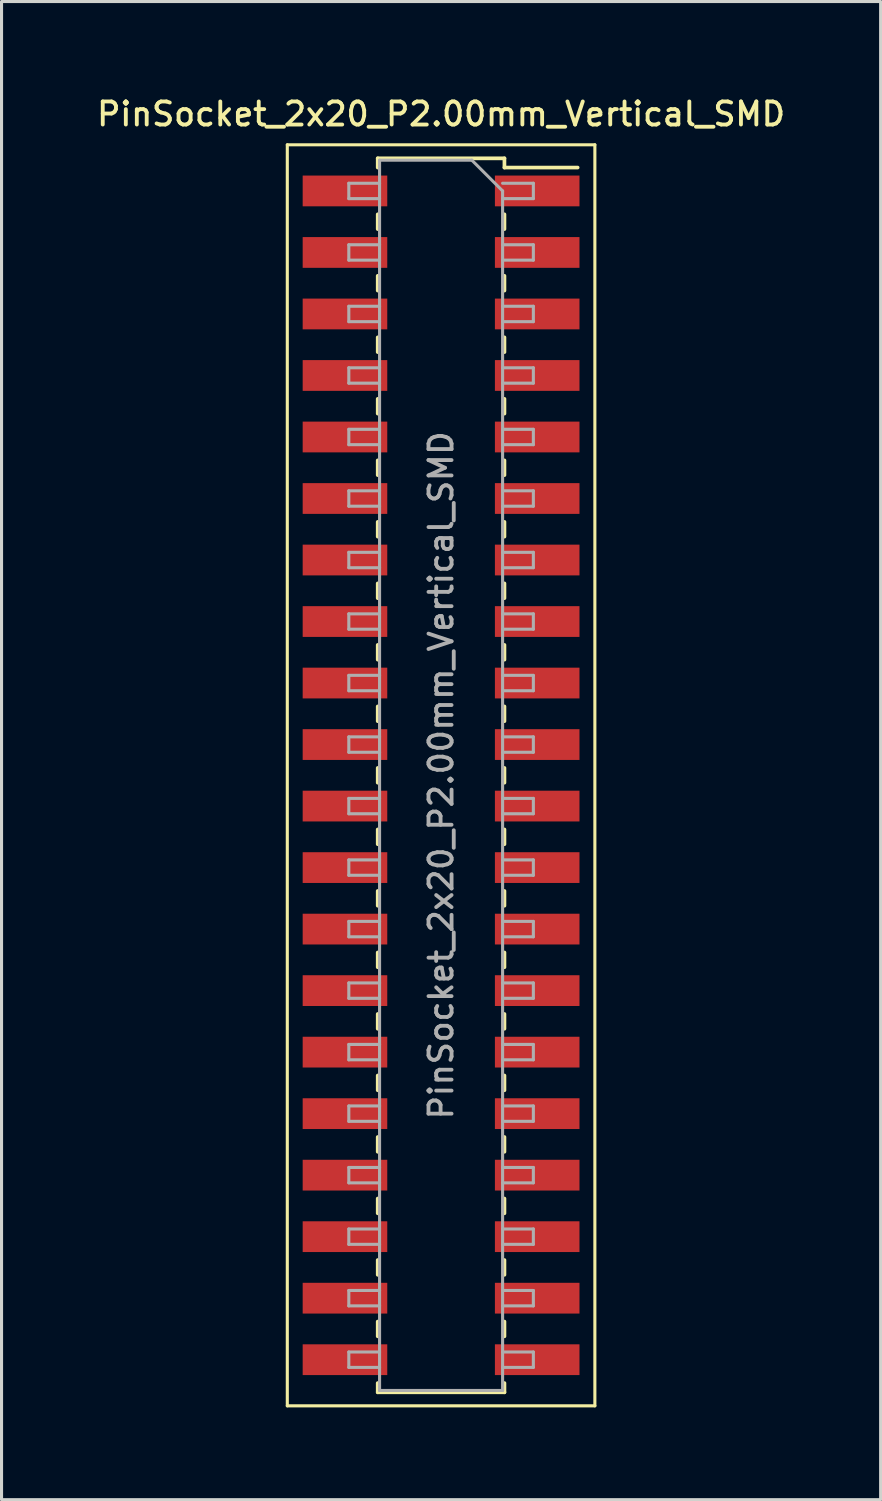
<source format=kicad_pcb>
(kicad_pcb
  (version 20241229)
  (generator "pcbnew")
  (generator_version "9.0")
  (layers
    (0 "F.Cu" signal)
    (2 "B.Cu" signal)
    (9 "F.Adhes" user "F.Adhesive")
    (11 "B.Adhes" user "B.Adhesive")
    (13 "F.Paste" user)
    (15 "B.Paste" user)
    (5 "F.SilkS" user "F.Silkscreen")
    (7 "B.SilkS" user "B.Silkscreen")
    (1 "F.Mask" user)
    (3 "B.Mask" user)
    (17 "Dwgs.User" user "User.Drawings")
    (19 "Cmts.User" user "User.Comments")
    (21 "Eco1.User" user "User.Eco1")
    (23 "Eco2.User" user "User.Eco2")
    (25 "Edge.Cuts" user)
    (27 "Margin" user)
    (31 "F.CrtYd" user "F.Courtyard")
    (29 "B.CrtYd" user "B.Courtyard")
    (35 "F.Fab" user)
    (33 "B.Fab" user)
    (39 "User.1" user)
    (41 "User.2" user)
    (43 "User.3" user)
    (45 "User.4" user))
  (footprint "PinSocket_2x20_P2.00mm_Vertical_SMD"
    (layer "F.Cu")
    (at 11.291 22.158)
    (property "Reference" "PinSocket_2x20_P2.00mm_Vertical_SMD" (at 0 -21.5 0) (layer "F.SilkS") (effects (font (size 0.75 0.75) (thickness 0.125))))
    (attr smd)
    (fp_line (start -5 -20.5) (end 5 -20.5) (stroke (width 0.1) (type solid)) (layer "F.SilkS"))
    (fp_line (start -5 20.5) (end -5 -20.5) (stroke (width 0.1) (type solid)) (layer "F.SilkS"))
    (fp_line (start -2.06 -20.06) (end -2.06 -19.76) (stroke (width 0.12) (type solid)) (layer "F.SilkS"))
    (fp_line (start -2.06 -20.06) (end 2.06 -20.06) (stroke (width 0.12) (type solid)) (layer "F.SilkS"))
    (fp_line (start -2.06 -18.24) (end -2.06 -17.76) (stroke (width 0.12) (type solid)) (layer "F.SilkS"))
    (fp_line (start -2.06 -16.24) (end -2.06 -15.76) (stroke (width 0.12) (type solid)) (layer "F.SilkS"))
    (fp_line (start -2.06 -14.24) (end -2.06 -13.76) (stroke (width 0.12) (type solid)) (layer "F.SilkS"))
    (fp_line (start -2.06 -12.24) (end -2.06 -11.76) (stroke (width 0.12) (type solid)) (layer "F.SilkS"))
    (fp_line (start -2.06 -10.24) (end -2.06 -9.76) (stroke (width 0.12) (type solid)) (layer "F.SilkS"))
    (fp_line (start -2.06 -8.24) (end -2.06 -7.76) (stroke (width 0.12) (type solid)) (layer "F.SilkS"))
    (fp_line (start -2.06 -6.24) (end -2.06 -5.76) (stroke (width 0.12) (type solid)) (layer "F.SilkS"))
    (fp_line (start -2.06 -4.24) (end -2.06 -3.76) (stroke (width 0.12) (type solid)) (layer "F.SilkS"))
    (fp_line (start -2.06 -2.24) (end -2.06 -1.76) (stroke (width 0.12) (type solid)) (layer "F.SilkS"))
    (fp_line (start -2.06 -0.24) (end -2.06 0.24) (stroke (width 0.12) (type solid)) (layer "F.SilkS"))
    (fp_line (start -2.06 1.76) (end -2.06 2.24) (stroke (width 0.12) (type solid)) (layer "F.SilkS"))
    (fp_line (start -2.06 3.76) (end -2.06 4.24) (stroke (width 0.12) (type solid)) (layer "F.SilkS"))
    (fp_line (start -2.06 5.76) (end -2.06 6.24) (stroke (width 0.12) (type solid)) (layer "F.SilkS"))
    (fp_line (start -2.06 7.76) (end -2.06 8.24) (stroke (width 0.12) (type solid)) (layer "F.SilkS"))
    (fp_line (start -2.06 9.76) (end -2.06 10.24) (stroke (width 0.12) (type solid)) (layer "F.SilkS"))
    (fp_line (start -2.06 11.76) (end -2.06 12.24) (stroke (width 0.12) (type solid)) (layer "F.SilkS"))
    (fp_line (start -2.06 13.76) (end -2.06 14.24) (stroke (width 0.12) (type solid)) (layer "F.SilkS"))
    (fp_line (start -2.06 15.76) (end -2.06 16.24) (stroke (width 0.12) (type solid)) (layer "F.SilkS"))
    (fp_line (start -2.06 17.76) (end -2.06 18.24) (stroke (width 0.12) (type solid)) (layer "F.SilkS"))
    (fp_line (start -2.06 19.76) (end -2.06 20.06) (stroke (width 0.12) (type solid)) (layer "F.SilkS"))
    (fp_line (start -2.06 20.06) (end 2.06 20.06) (stroke (width 0.12) (type solid)) (layer "F.SilkS"))
    (fp_line (start 2.06 -20.06) (end 2.06 -19.76) (stroke (width 0.12) (type solid)) (layer "F.SilkS"))
    (fp_line (start 2.06 -19.76) (end 4.44 -19.76) (stroke (width 0.12) (type solid)) (layer "F.SilkS"))
    (fp_line (start 2.06 -18.24) (end 2.06 -17.76) (stroke (width 0.12) (type solid)) (layer "F.SilkS"))
    (fp_line (start 2.06 -16.24) (end 2.06 -15.76) (stroke (width 0.12) (type solid)) (layer "F.SilkS"))
    (fp_line (start 2.06 -14.24) (end 2.06 -13.76) (stroke (width 0.12) (type solid)) (layer "F.SilkS"))
    (fp_line (start 2.06 -12.24) (end 2.06 -11.76) (stroke (width 0.12) (type solid)) (layer "F.SilkS"))
    (fp_line (start 2.06 -10.24) (end 2.06 -9.76) (stroke (width 0.12) (type solid)) (layer "F.SilkS"))
    (fp_line (start 2.06 -8.24) (end 2.06 -7.76) (stroke (width 0.12) (type solid)) (layer "F.SilkS"))
    (fp_line (start 2.06 -6.24) (end 2.06 -5.76) (stroke (width 0.12) (type solid)) (layer "F.SilkS"))
    (fp_line (start 2.06 -4.24) (end 2.06 -3.76) (stroke (width 0.12) (type solid)) (layer "F.SilkS"))
    (fp_line (start 2.06 -2.24) (end 2.06 -1.76) (stroke (width 0.12) (type solid)) (layer "F.SilkS"))
    (fp_line (start 2.06 -0.24) (end 2.06 0.24) (stroke (width 0.12) (type solid)) (layer "F.SilkS"))
    (fp_line (start 2.06 1.76) (end 2.06 2.24) (stroke (width 0.12) (type solid)) (layer "F.SilkS"))
    (fp_line (start 2.06 3.76) (end 2.06 4.24) (stroke (width 0.12) (type solid)) (layer "F.SilkS"))
    (fp_line (start 2.06 5.76) (end 2.06 6.24) (stroke (width 0.12) (type solid)) (layer "F.SilkS"))
    (fp_line (start 2.06 7.76) (end 2.06 8.24) (stroke (width 0.12) (type solid)) (layer "F.SilkS"))
    (fp_line (start 2.06 9.76) (end 2.06 10.24) (stroke (width 0.12) (type solid)) (layer "F.SilkS"))
    (fp_line (start 2.06 11.76) (end 2.06 12.24) (stroke (width 0.12) (type solid)) (layer "F.SilkS"))
    (fp_line (start 2.06 13.76) (end 2.06 14.24) (stroke (width 0.12) (type solid)) (layer "F.SilkS"))
    (fp_line (start 2.06 15.76) (end 2.06 16.24) (stroke (width 0.12) (type solid)) (layer "F.SilkS"))
    (fp_line (start 2.06 17.76) (end 2.06 18.24) (stroke (width 0.12) (type solid)) (layer "F.SilkS"))
    (fp_line (start 2.06 19.76) (end 2.06 20.06) (stroke (width 0.12) (type solid)) (layer "F.SilkS"))
    (fp_line (start 5 -20.5) (end 5 20.5) (stroke (width 0.1) (type solid)) (layer "F.SilkS"))
    (fp_line (start 5 20.5) (end -5 20.5) (stroke (width 0.1) (type solid)) (layer "F.SilkS"))
    (fp_line (start -3 -19.25) (end -2 -19.25) (stroke (width 0.1) (type solid)) (layer "F.Fab"))
    (fp_line (start -3 -18.75) (end -3 -19.25) (stroke (width 0.1) (type solid)) (layer "F.Fab"))
    (fp_line (start -3 -17.25) (end -2 -17.25) (stroke (width 0.1) (type solid)) (layer "F.Fab"))
    (fp_line (start -3 -16.75) (end -3 -17.25) (stroke (width 0.1) (type solid)) (layer "F.Fab"))
    (fp_line (start -3 -15.25) (end -2 -15.25) (stroke (width 0.1) (type solid)) (layer "F.Fab"))
    (fp_line (start -3 -14.75) (end -3 -15.25) (stroke (width 0.1) (type solid)) (layer "F.Fab"))
    (fp_line (start -3 -13.25) (end -2 -13.25) (stroke (width 0.1) (type solid)) (layer "F.Fab"))
    (fp_line (start -3 -12.75) (end -3 -13.25) (stroke (width 0.1) (type solid)) (layer "F.Fab"))
    (fp_line (start -3 -11.25) (end -2 -11.25) (stroke (width 0.1) (type solid)) (layer "F.Fab"))
    (fp_line (start -3 -10.75) (end -3 -11.25) (stroke (width 0.1) (type solid)) (layer "F.Fab"))
    (fp_line (start -3 -9.25) (end -2 -9.25) (stroke (width 0.1) (type solid)) (layer "F.Fab"))
    (fp_line (start -3 -8.75) (end -3 -9.25) (stroke (width 0.1) (type solid)) (layer "F.Fab"))
    (fp_line (start -3 -7.25) (end -2 -7.25) (stroke (width 0.1) (type solid)) (layer "F.Fab"))
    (fp_line (start -3 -6.75) (end -3 -7.25) (stroke (width 0.1) (type solid)) (layer "F.Fab"))
    (fp_line (start -3 -5.25) (end -2 -5.25) (stroke (width 0.1) (type solid)) (layer "F.Fab"))
    (fp_line (start -3 -4.75) (end -3 -5.25) (stroke (width 0.1) (type solid)) (layer "F.Fab"))
    (fp_line (start -3 -3.25) (end -2 -3.25) (stroke (width 0.1) (type solid)) (layer "F.Fab"))
    (fp_line (start -3 -2.75) (end -3 -3.25) (stroke (width 0.1) (type solid)) (layer "F.Fab"))
    (fp_line (start -3 -1.25) (end -2 -1.25) (stroke (width 0.1) (type solid)) (layer "F.Fab"))
    (fp_line (start -3 -0.75) (end -3 -1.25) (stroke (width 0.1) (type solid)) (layer "F.Fab"))
    (fp_line (start -3 0.75) (end -2 0.75) (stroke (width 0.1) (type solid)) (layer "F.Fab"))
    (fp_line (start -3 1.25) (end -3 0.75) (stroke (width 0.1) (type solid)) (layer "F.Fab"))
    (fp_line (start -3 2.75) (end -2 2.75) (stroke (width 0.1) (type solid)) (layer "F.Fab"))
    (fp_line (start -3 3.25) (end -3 2.75) (stroke (width 0.1) (type solid)) (layer "F.Fab"))
    (fp_line (start -3 4.75) (end -2 4.75) (stroke (width 0.1) (type solid)) (layer "F.Fab"))
    (fp_line (start -3 5.25) (end -3 4.75) (stroke (width 0.1) (type solid)) (layer "F.Fab"))
    (fp_line (start -3 6.75) (end -2 6.75) (stroke (width 0.1) (type solid)) (layer "F.Fab"))
    (fp_line (start -3 7.25) (end -3 6.75) (stroke (width 0.1) (type solid)) (layer "F.Fab"))
    (fp_line (start -3 8.75) (end -2 8.75) (stroke (width 0.1) (type solid)) (layer "F.Fab"))
    (fp_line (start -3 9.25) (end -3 8.75) (stroke (width 0.1) (type solid)) (layer "F.Fab"))
    (fp_line (start -3 10.75) (end -2 10.75) (stroke (width 0.1) (type solid)) (layer "F.Fab"))
    (fp_line (start -3 11.25) (end -3 10.75) (stroke (width 0.1) (type solid)) (layer "F.Fab"))
    (fp_line (start -3 12.75) (end -2 12.75) (stroke (width 0.1) (type solid)) (layer "F.Fab"))
    (fp_line (start -3 13.25) (end -3 12.75) (stroke (width 0.1) (type solid)) (layer "F.Fab"))
    (fp_line (start -3 14.75) (end -2 14.75) (stroke (width 0.1) (type solid)) (layer "F.Fab"))
    (fp_line (start -3 15.25) (end -3 14.75) (stroke (width 0.1) (type solid)) (layer "F.Fab"))
    (fp_line (start -3 16.75) (end -2 16.75) (stroke (width 0.1) (type solid)) (layer "F.Fab"))
    (fp_line (start -3 17.25) (end -3 16.75) (stroke (width 0.1) (type solid)) (layer "F.Fab"))
    (fp_line (start -3 18.75) (end -2 18.75) (stroke (width 0.1) (type solid)) (layer "F.Fab"))
    (fp_line (start -3 19.25) (end -3 18.75) (stroke (width 0.1) (type solid)) (layer "F.Fab"))
    (fp_line (start -2 -20) (end 1 -20) (stroke (width 0.1) (type solid)) (layer "F.Fab"))
    (fp_line (start -2 -18.75) (end -3 -18.75) (stroke (width 0.1) (type solid)) (layer "F.Fab"))
    (fp_line (start -2 -16.75) (end -3 -16.75) (stroke (width 0.1) (type solid)) (layer "F.Fab"))
    (fp_line (start -2 -14.75) (end -3 -14.75) (stroke (width 0.1) (type solid)) (layer "F.Fab"))
    (fp_line (start -2 -12.75) (end -3 -12.75) (stroke (width 0.1) (type solid)) (layer "F.Fab"))
    (fp_line (start -2 -10.75) (end -3 -10.75) (stroke (width 0.1) (type solid)) (layer "F.Fab"))
    (fp_line (start -2 -8.75) (end -3 -8.75) (stroke (width 0.1) (type solid)) (layer "F.Fab"))
    (fp_line (start -2 -6.75) (end -3 -6.75) (stroke (width 0.1) (type solid)) (layer "F.Fab"))
    (fp_line (start -2 -4.75) (end -3 -4.75) (stroke (width 0.1) (type solid)) (layer "F.Fab"))
    (fp_line (start -2 -2.75) (end -3 -2.75) (stroke (width 0.1) (type solid)) (layer "F.Fab"))
    (fp_line (start -2 -0.75) (end -3 -0.75) (stroke (width 0.1) (type solid)) (layer "F.Fab"))
    (fp_line (start -2 1.25) (end -3 1.25) (stroke (width 0.1) (type solid)) (layer "F.Fab"))
    (fp_line (start -2 3.25) (end -3 3.25) (stroke (width 0.1) (type solid)) (layer "F.Fab"))
    (fp_line (start -2 5.25) (end -3 5.25) (stroke (width 0.1) (type solid)) (layer "F.Fab"))
    (fp_line (start -2 7.25) (end -3 7.25) (stroke (width 0.1) (type solid)) (layer "F.Fab"))
    (fp_line (start -2 9.25) (end -3 9.25) (stroke (width 0.1) (type solid)) (layer "F.Fab"))
    (fp_line (start -2 11.25) (end -3 11.25) (stroke (width 0.1) (type solid)) (layer "F.Fab"))
    (fp_line (start -2 13.25) (end -3 13.25) (stroke (width 0.1) (type solid)) (layer "F.Fab"))
    (fp_line (start -2 15.25) (end -3 15.25) (stroke (width 0.1) (type solid)) (layer "F.Fab"))
    (fp_line (start -2 17.25) (end -3 17.25) (stroke (width 0.1) (type solid)) (layer "F.Fab"))
    (fp_line (start -2 19.25) (end -3 19.25) (stroke (width 0.1) (type solid)) (layer "F.Fab"))
    (fp_line (start -2 20) (end -2 -20) (stroke (width 0.1) (type solid)) (layer "F.Fab"))
    (fp_line (start 1 -20) (end 2 -19) (stroke (width 0.1) (type solid)) (layer "F.Fab"))
    (fp_line (start 2 -19.25) (end 3 -19.25) (stroke (width 0.1) (type solid)) (layer "F.Fab"))
    (fp_line (start 2 -19) (end 2 20) (stroke (width 0.1) (type solid)) (layer "F.Fab"))
    (fp_line (start 2 -17.25) (end 3 -17.25) (stroke (width 0.1) (type solid)) (layer "F.Fab"))
    (fp_line (start 2 -15.25) (end 3 -15.25) (stroke (width 0.1) (type solid)) (layer "F.Fab"))
    (fp_line (start 2 -13.25) (end 3 -13.25) (stroke (width 0.1) (type solid)) (layer "F.Fab"))
    (fp_line (start 2 -11.25) (end 3 -11.25) (stroke (width 0.1) (type solid)) (layer "F.Fab"))
    (fp_line (start 2 -9.25) (end 3 -9.25) (stroke (width 0.1) (type solid)) (layer "F.Fab"))
    (fp_line (start 2 -7.25) (end 3 -7.25) (stroke (width 0.1) (type solid)) (layer "F.Fab"))
    (fp_line (start 2 -5.25) (end 3 -5.25) (stroke (width 0.1) (type solid)) (layer "F.Fab"))
    (fp_line (start 2 -3.25) (end 3 -3.25) (stroke (width 0.1) (type solid)) (layer "F.Fab"))
    (fp_line (start 2 -1.25) (end 3 -1.25) (stroke (width 0.1) (type solid)) (layer "F.Fab"))
    (fp_line (start 2 0.75) (end 3 0.75) (stroke (width 0.1) (type solid)) (layer "F.Fab"))
    (fp_line (start 2 2.75) (end 3 2.75) (stroke (width 0.1) (type solid)) (layer "F.Fab"))
    (fp_line (start 2 4.75) (end 3 4.75) (stroke (width 0.1) (type solid)) (layer "F.Fab"))
    (fp_line (start 2 6.75) (end 3 6.75) (stroke (width 0.1) (type solid)) (layer "F.Fab"))
    (fp_line (start 2 8.75) (end 3 8.75) (stroke (width 0.1) (type solid)) (layer "F.Fab"))
    (fp_line (start 2 10.75) (end 3 10.75) (stroke (width 0.1) (type solid)) (layer "F.Fab"))
    (fp_line (start 2 12.75) (end 3 12.75) (stroke (width 0.1) (type solid)) (layer "F.Fab"))
    (fp_line (start 2 14.75) (end 3 14.75) (stroke (width 0.1) (type solid)) (layer "F.Fab"))
    (fp_line (start 2 16.75) (end 3 16.75) (stroke (width 0.1) (type solid)) (layer "F.Fab"))
    (fp_line (start 2 18.75) (end 3 18.75) (stroke (width 0.1) (type solid)) (layer "F.Fab"))
    (fp_line (start 2 20) (end -2 20) (stroke (width 0.1) (type solid)) (layer "F.Fab"))
    (fp_line (start 3 -19.25) (end 3 -18.75) (stroke (width 0.1) (type solid)) (layer "F.Fab"))
    (fp_line (start 3 -18.75) (end 2 -18.75) (stroke (width 0.1) (type solid)) (layer "F.Fab"))
    (fp_line (start 3 -17.25) (end 3 -16.75) (stroke (width 0.1) (type solid)) (layer "F.Fab"))
    (fp_line (start 3 -16.75) (end 2 -16.75) (stroke (width 0.1) (type solid)) (layer "F.Fab"))
    (fp_line (start 3 -15.25) (end 3 -14.75) (stroke (width 0.1) (type solid)) (layer "F.Fab"))
    (fp_line (start 3 -14.75) (end 2 -14.75) (stroke (width 0.1) (type solid)) (layer "F.Fab"))
    (fp_line (start 3 -13.25) (end 3 -12.75) (stroke (width 0.1) (type solid)) (layer "F.Fab"))
    (fp_line (start 3 -12.75) (end 2 -12.75) (stroke (width 0.1) (type solid)) (layer "F.Fab"))
    (fp_line (start 3 -11.25) (end 3 -10.75) (stroke (width 0.1) (type solid)) (layer "F.Fab"))
    (fp_line (start 3 -10.75) (end 2 -10.75) (stroke (width 0.1) (type solid)) (layer "F.Fab"))
    (fp_line (start 3 -9.25) (end 3 -8.75) (stroke (width 0.1) (type solid)) (layer "F.Fab"))
    (fp_line (start 3 -8.75) (end 2 -8.75) (stroke (width 0.1) (type solid)) (layer "F.Fab"))
    (fp_line (start 3 -7.25) (end 3 -6.75) (stroke (width 0.1) (type solid)) (layer "F.Fab"))
    (fp_line (start 3 -6.75) (end 2 -6.75) (stroke (width 0.1) (type solid)) (layer "F.Fab"))
    (fp_line (start 3 -5.25) (end 3 -4.75) (stroke (width 0.1) (type solid)) (layer "F.Fab"))
    (fp_line (start 3 -4.75) (end 2 -4.75) (stroke (width 0.1) (type solid)) (layer "F.Fab"))
    (fp_line (start 3 -3.25) (end 3 -2.75) (stroke (width 0.1) (type solid)) (layer "F.Fab"))
    (fp_line (start 3 -2.75) (end 2 -2.75) (stroke (width 0.1) (type solid)) (layer "F.Fab"))
    (fp_line (start 3 -1.25) (end 3 -0.75) (stroke (width 0.1) (type solid)) (layer "F.Fab"))
    (fp_line (start 3 -0.75) (end 2 -0.75) (stroke (width 0.1) (type solid)) (layer "F.Fab"))
    (fp_line (start 3 0.75) (end 3 1.25) (stroke (width 0.1) (type solid)) (layer "F.Fab"))
    (fp_line (start 3 1.25) (end 2 1.25) (stroke (width 0.1) (type solid)) (layer "F.Fab"))
    (fp_line (start 3 2.75) (end 3 3.25) (stroke (width 0.1) (type solid)) (layer "F.Fab"))
    (fp_line (start 3 3.25) (end 2 3.25) (stroke (width 0.1) (type solid)) (layer "F.Fab"))
    (fp_line (start 3 4.75) (end 3 5.25) (stroke (width 0.1) (type solid)) (layer "F.Fab"))
    (fp_line (start 3 5.25) (end 2 5.25) (stroke (width 0.1) (type solid)) (layer "F.Fab"))
    (fp_line (start 3 6.75) (end 3 7.25) (stroke (width 0.1) (type solid)) (layer "F.Fab"))
    (fp_line (start 3 7.25) (end 2 7.25) (stroke (width 0.1) (type solid)) (layer "F.Fab"))
    (fp_line (start 3 8.75) (end 3 9.25) (stroke (width 0.1) (type solid)) (layer "F.Fab"))
    (fp_line (start 3 9.25) (end 2 9.25) (stroke (width 0.1) (type solid)) (layer "F.Fab"))
    (fp_line (start 3 10.75) (end 3 11.25) (stroke (width 0.1) (type solid)) (layer "F.Fab"))
    (fp_line (start 3 11.25) (end 2 11.25) (stroke (width 0.1) (type solid)) (layer "F.Fab"))
    (fp_line (start 3 12.75) (end 3 13.25) (stroke (width 0.1) (type solid)) (layer "F.Fab"))
    (fp_line (start 3 13.25) (end 2 13.25) (stroke (width 0.1) (type solid)) (layer "F.Fab"))
    (fp_line (start 3 14.75) (end 3 15.25) (stroke (width 0.1) (type solid)) (layer "F.Fab"))
    (fp_line (start 3 15.25) (end 2 15.25) (stroke (width 0.1) (type solid)) (layer "F.Fab"))
    (fp_line (start 3 16.75) (end 3 17.25) (stroke (width 0.1) (type solid)) (layer "F.Fab"))
    (fp_line (start 3 17.25) (end 2 17.25) (stroke (width 0.1) (type solid)) (layer "F.Fab"))
    (fp_line (start 3 18.75) (end 3 19.25) (stroke (width 0.1) (type solid)) (layer "F.Fab"))
    (fp_line (start 3 19.25) (end 2 19.25) (stroke (width 0.1) (type solid)) (layer "F.Fab"))
    (fp_text user "${REFERENCE}" (at 0 0 90) (layer "F.Fab") (effects (font (size 0.75 0.75) (thickness 0.125))))
    (pad "1" smd rect (at 3.125 -19) (size 2.75 1) (layers "F.Cu" "F.Mask" "F.Paste"))
    (pad "2" smd rect (at -3.125 -19) (size 2.75 1) (layers "F.Cu" "F.Mask" "F.Paste"))
    (pad "3" smd rect (at 3.125 -17) (size 2.75 1) (layers "F.Cu" "F.Mask" "F.Paste"))
    (pad "4" smd rect (at -3.125 -17) (size 2.75 1) (layers "F.Cu" "F.Mask" "F.Paste"))
    (pad "5" smd rect (at 3.125 -15) (size 2.75 1) (layers "F.Cu" "F.Mask" "F.Paste"))
    (pad "6" smd rect (at -3.125 -15) (size 2.75 1) (layers "F.Cu" "F.Mask" "F.Paste"))
    (pad "7" smd rect (at 3.125 -13) (size 2.75 1) (layers "F.Cu" "F.Mask" "F.Paste"))
    (pad "8" smd rect (at -3.125 -13) (size 2.75 1) (layers "F.Cu" "F.Mask" "F.Paste"))
    (pad "9" smd rect (at 3.125 -11) (size 2.75 1) (layers "F.Cu" "F.Mask" "F.Paste"))
    (pad "10" smd rect (at -3.125 -11) (size 2.75 1) (layers "F.Cu" "F.Mask" "F.Paste"))
    (pad "11" smd rect (at 3.125 -9) (size 2.75 1) (layers "F.Cu" "F.Mask" "F.Paste"))
    (pad "12" smd rect (at -3.125 -9) (size 2.75 1) (layers "F.Cu" "F.Mask" "F.Paste"))
    (pad "13" smd rect (at 3.125 -7) (size 2.75 1) (layers "F.Cu" "F.Mask" "F.Paste"))
    (pad "14" smd rect (at -3.125 -7) (size 2.75 1) (layers "F.Cu" "F.Mask" "F.Paste"))
    (pad "15" smd rect (at 3.125 -5) (size 2.75 1) (layers "F.Cu" "F.Mask" "F.Paste"))
    (pad "16" smd rect (at -3.125 -5) (size 2.75 1) (layers "F.Cu" "F.Mask" "F.Paste"))
    (pad "17" smd rect (at 3.125 -3) (size 2.75 1) (layers "F.Cu" "F.Mask" "F.Paste"))
    (pad "18" smd rect (at -3.125 -3) (size 2.75 1) (layers "F.Cu" "F.Mask" "F.Paste"))
    (pad "19" smd rect (at 3.125 -1) (size 2.75 1) (layers "F.Cu" "F.Mask" "F.Paste"))
    (pad "20" smd rect (at -3.125 -1) (size 2.75 1) (layers "F.Cu" "F.Mask" "F.Paste"))
    (pad "21" smd rect (at 3.125 1) (size 2.75 1) (layers "F.Cu" "F.Mask" "F.Paste"))
    (pad "22" smd rect (at -3.125 1) (size 2.75 1) (layers "F.Cu" "F.Mask" "F.Paste"))
    (pad "23" smd rect (at 3.125 3) (size 2.75 1) (layers "F.Cu" "F.Mask" "F.Paste"))
    (pad "24" smd rect (at -3.125 3) (size 2.75 1) (layers "F.Cu" "F.Mask" "F.Paste"))
    (pad "25" smd rect (at 3.125 5) (size 2.75 1) (layers "F.Cu" "F.Mask" "F.Paste"))
    (pad "26" smd rect (at -3.125 5) (size 2.75 1) (layers "F.Cu" "F.Mask" "F.Paste"))
    (pad "27" smd rect (at 3.125 7) (size 2.75 1) (layers "F.Cu" "F.Mask" "F.Paste"))
    (pad "28" smd rect (at -3.125 7) (size 2.75 1) (layers "F.Cu" "F.Mask" "F.Paste"))
    (pad "29" smd rect (at 3.125 9) (size 2.75 1) (layers "F.Cu" "F.Mask" "F.Paste"))
    (pad "30" smd rect (at -3.125 9) (size 2.75 1) (layers "F.Cu" "F.Mask" "F.Paste"))
    (pad "31" smd rect (at 3.125 11) (size 2.75 1) (layers "F.Cu" "F.Mask" "F.Paste"))
    (pad "32" smd rect (at -3.125 11) (size 2.75 1) (layers "F.Cu" "F.Mask" "F.Paste"))
    (pad "33" smd rect (at 3.125 13) (size 2.75 1) (layers "F.Cu" "F.Mask" "F.Paste"))
    (pad "34" smd rect (at -3.125 13) (size 2.75 1) (layers "F.Cu" "F.Mask" "F.Paste"))
    (pad "35" smd rect (at 3.125 15) (size 2.75 1) (layers "F.Cu" "F.Mask" "F.Paste"))
    (pad "36" smd rect (at -3.125 15) (size 2.75 1) (layers "F.Cu" "F.Mask" "F.Paste"))
    (pad "37" smd rect (at 3.125 17) (size 2.75 1) (layers "F.Cu" "F.Mask" "F.Paste"))
    (pad "38" smd rect (at -3.125 17) (size 2.75 1) (layers "F.Cu" "F.Mask" "F.Paste"))
    (pad "39" smd rect (at 3.125 19) (size 2.75 1) (layers "F.Cu" "F.Mask" "F.Paste"))
    (pad "40" smd rect (at -3.125 19) (size 2.75 1) (layers "F.Cu" "F.Mask" "F.Paste")))
  (gr_rect
    (start -3 -3)
    (end 25.582 45.708)
    (stroke (width 0.1) (type default))
    (fill no)
    (layer "Edge.Cuts")))
</source>
